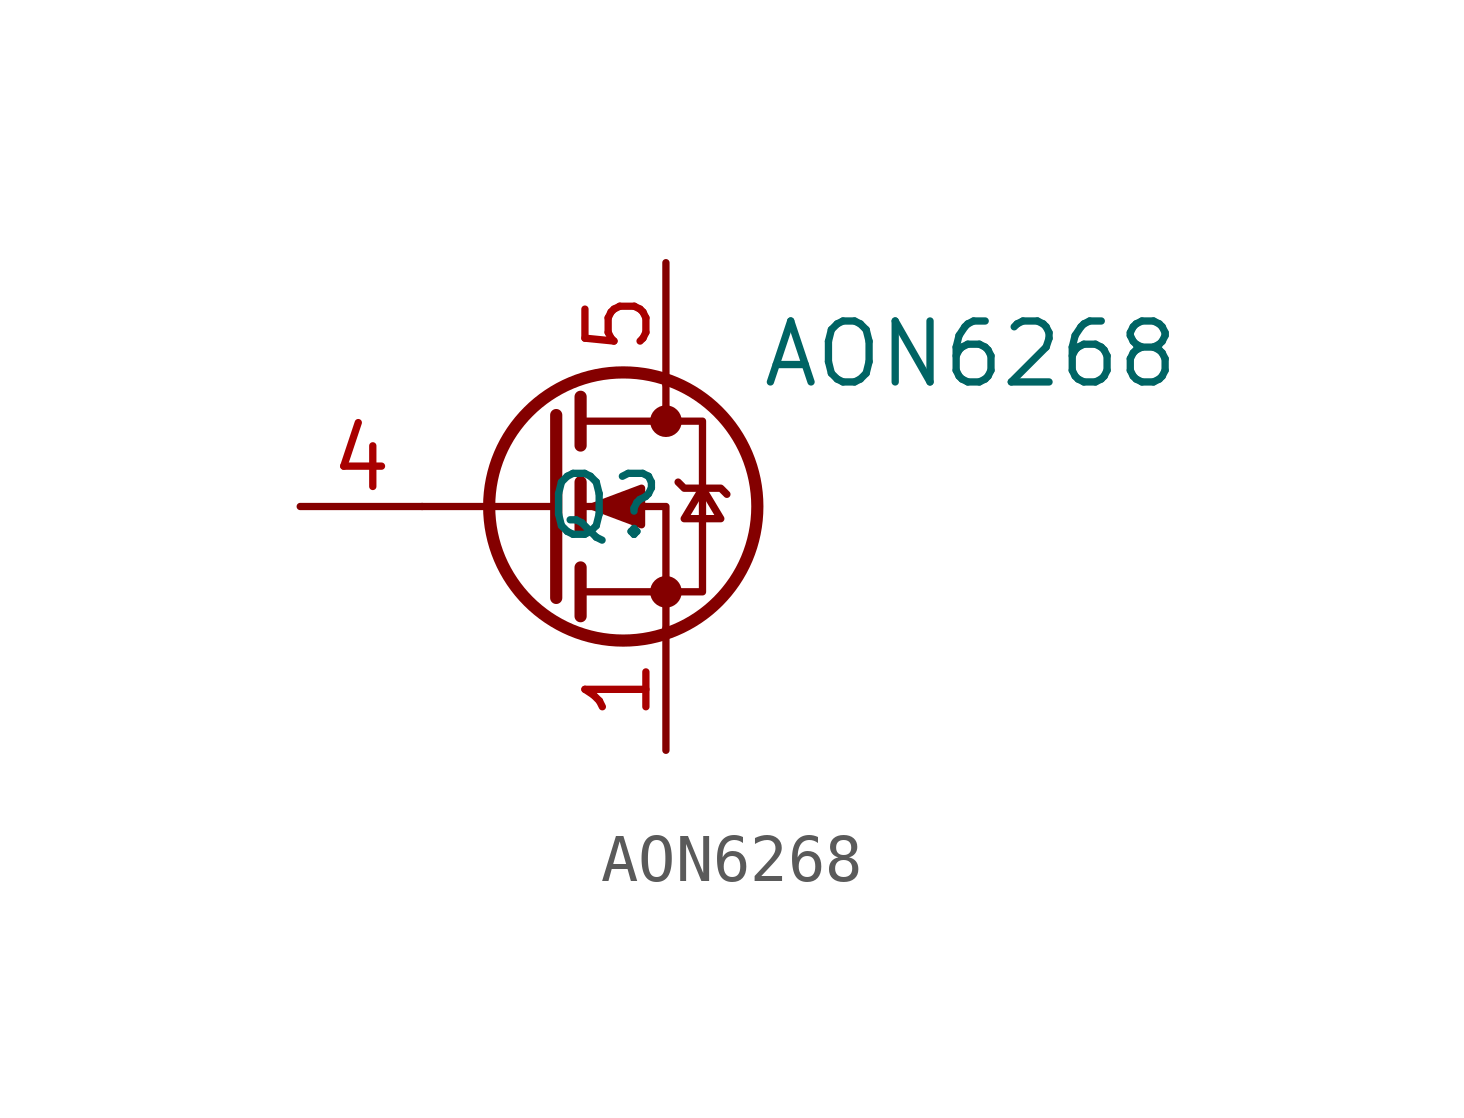
<source format=kicad_sym>
(kicad_symbol_lib
  (version 20211014)
  (generator kicad_symbol_editor)
  (symbol "AON6268"
    (pin_names hide)
    (property "Reference" "Q"
      (at -1.27 0 0)
      (effects (font (size 1.27 1.27))))
    (property "Value" "AON6268"
      (at 6.35 3.175 0)
      (effects (font (size 1.27 1.27))))
    (symbol "AON6268_0_1"
      (circle (center -0.889 0) (radius 2.794) (stroke (width 0.254) (type default) (color 0 0 0 0)) (fill (type none)))
      (circle (center 0 -1.778) (radius 0.254) (stroke (width 0) (type default) (color 0 0 0 0)) (fill (type outline)))
      (polyline (pts (xy -2.286 0) (xy -5.08 0)) (stroke (width 0) (type default) (color 0 0 0 0)) (fill (type none)))
      (polyline (pts (xy -2.286 1.905) (xy -2.286 -1.905)) (stroke (width 0.254) (type default) (color 0 0 0 0)) (fill (type none)))
      (polyline (pts (xy -1.778 -1.27) (xy -1.778 -2.286)) (stroke (width 0.254) (type default) (color 0 0 0 0)) (fill (type none)))
      (polyline (pts (xy -1.778 0.508) (xy -1.778 -0.508)) (stroke (width 0.254) (type default) (color 0 0 0 0)) (fill (type none)))
      (polyline (pts (xy -1.778 2.286) (xy -1.778 1.27)) (stroke (width 0.254) (type default) (color 0 0 0 0)) (fill (type none)))
      (polyline (pts (xy 0 2.54) (xy 0 1.778)) (stroke (width 0) (type default) (color 0 0 0 0)) (fill (type none)))
      (polyline (pts (xy 0 -2.54) (xy 0 0) (xy -1.778 0)) (stroke (width 0) (type default) (color 0 0 0 0)) (fill (type none)))
      (polyline (pts (xy -1.778 -1.778) (xy 0.762 -1.778) (xy 0.762 1.778) (xy -1.778 1.778)) (stroke (width 0) (type default) (color 0 0 0 0)) (fill (type none)))
      (polyline (pts (xy -1.524 0) (xy -0.508 0.381) (xy -0.508 -0.381) (xy -1.524 0)) (stroke (width 0) (type default) (color 0 0 0 0)) (fill (type outline)))
      (polyline (pts (xy 0.254 0.508) (xy 0.381 0.381) (xy 1.143 0.381) (xy 1.27 0.254)) (stroke (width 0) (type default) (color 0 0 0 0)) (fill (type none)))
      (polyline (pts (xy 0.762 0.381) (xy 0.381 -0.254) (xy 1.143 -0.254) (xy 0.762 0.381)) (stroke (width 0) (type default) (color 0 0 0 0)) (fill (type none)))
      (circle (center 0 1.778) (radius 0.254) (stroke (width 0) (type default) (color 0 0 0 0)) (fill (type outline))))
    (symbol "AON6268_1_1"
      (pin passive line (at 0 -5.08 90) (length 2.54) (name "S" (effects (font (size 1.27 1.27)))) (number "1" (effects (font (size 1.27 1.27)))))
      (pin passive line (at 0 -5.08 90) (length 2.54) hide (name "S" (effects (font (size 1.27 1.27)))) (number "2" (effects (font (size 1.27 1.27)))))
      (pin passive line (at 0 -5.08 90) (length 2.54) hide (name "S" (effects (font (size 1.27 1.27)))) (number "3" (effects (font (size 1.27 1.27)))))
      (pin input line (at -7.62 0 0) (length 2.54) (name "G" (effects (font (size 1.27 1.27)))) (number "4" (effects (font (size 1.27 1.27)))))
      (pin passive line (at 0 5.08 270) (length 2.54) (name "D" (effects (font (size 1.27 1.27)))) (number "5" (effects (font (size 1.27 1.27))))))))
</source>
